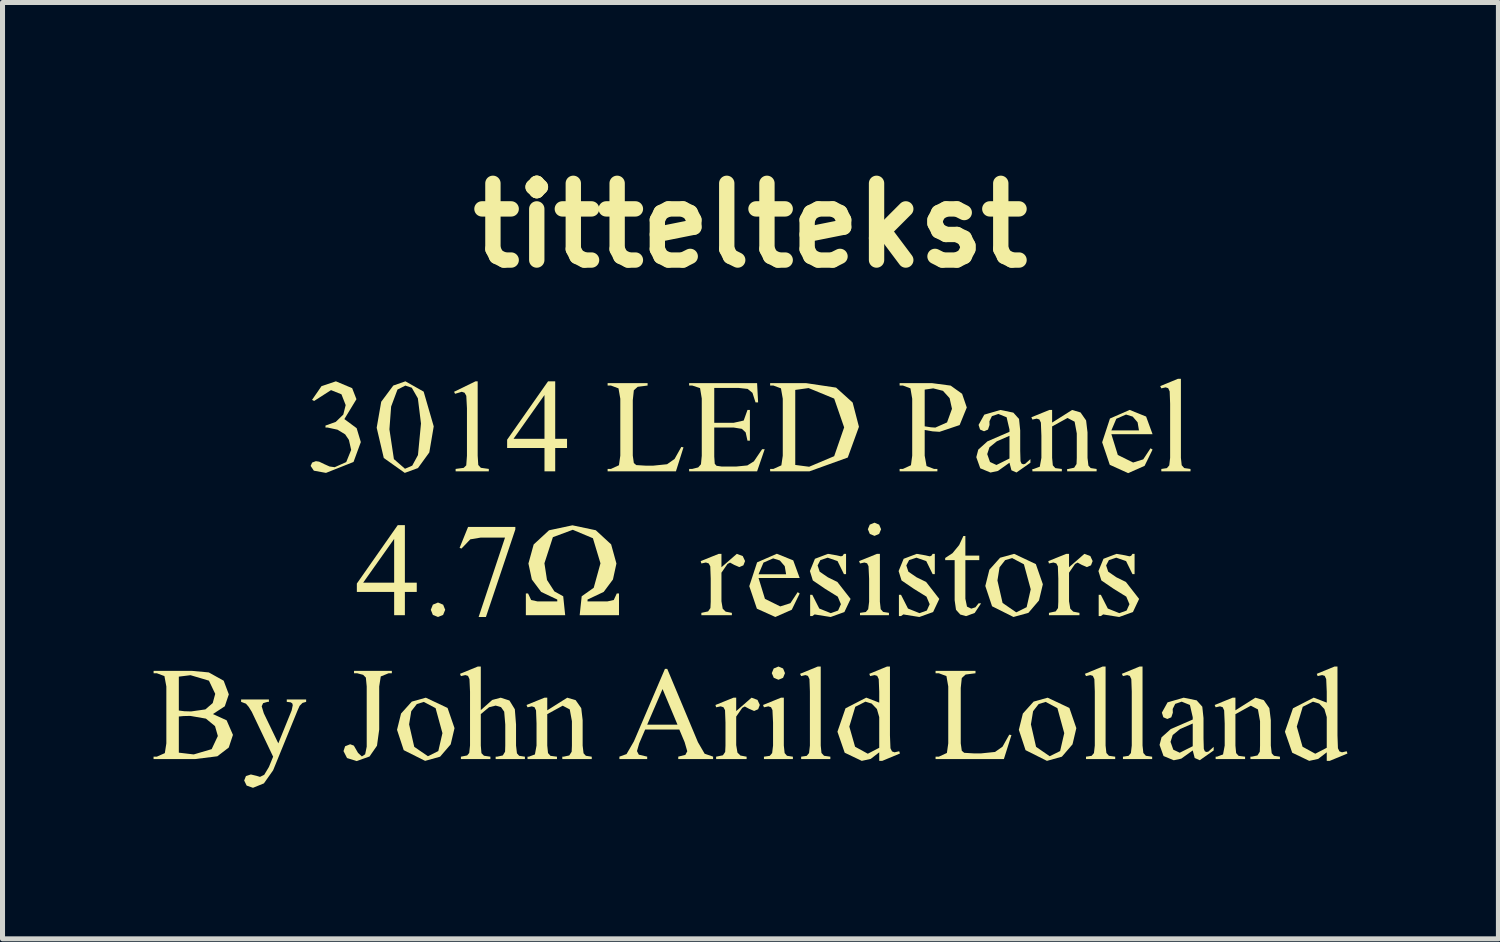
<source format=kicad_pcb>
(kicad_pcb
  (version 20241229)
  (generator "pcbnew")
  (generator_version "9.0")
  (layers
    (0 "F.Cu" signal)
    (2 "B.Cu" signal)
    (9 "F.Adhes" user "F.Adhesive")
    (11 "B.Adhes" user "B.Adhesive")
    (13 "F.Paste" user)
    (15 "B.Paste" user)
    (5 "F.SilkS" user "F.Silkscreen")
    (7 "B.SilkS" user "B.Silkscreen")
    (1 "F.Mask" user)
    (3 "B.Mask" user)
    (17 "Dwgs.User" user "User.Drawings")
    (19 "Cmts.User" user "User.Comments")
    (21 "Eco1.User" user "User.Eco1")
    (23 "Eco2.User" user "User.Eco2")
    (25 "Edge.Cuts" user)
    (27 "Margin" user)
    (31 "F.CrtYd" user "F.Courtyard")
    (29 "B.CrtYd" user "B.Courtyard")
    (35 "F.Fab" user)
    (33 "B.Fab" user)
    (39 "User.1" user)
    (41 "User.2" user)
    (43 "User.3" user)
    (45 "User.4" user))
  (footprint "titteltekst"
    (layer "F.Cu")
    (at 11.857 8.536)
    (property "Reference" "titteltekst" (at 0 -7.11 0) (layer "F.SilkS") (effects (font (size 1.524 1.524) (thickness 0.305))))
    (attr smd)
    (fp_poly (pts (xy -6.207 0.382) (xy -6.105 0.425) (xy -6.064 0.526) (xy -6.106 0.628) (xy -6.207 0.669) (xy -6.309 0.628) (xy -6.35 0.526) (xy -6.309 0.424) (xy -6.207 0.382)) (stroke (width 0) (type solid)) (fill yes) (layer "F.SilkS"))
    (fp_poly (pts (xy -5.61 -1.119) (xy -4.671 -1.119) (xy -4.671 -1.07) (xy -5.255 0.669) (xy -5.4 0.669) (xy -4.876 -0.908) (xy -5.358 -0.908) (xy -5.566 -0.873) (xy -5.741 -0.69) (xy -5.778 -0.704) (xy -5.61 -1.119)) (stroke (width 0) (type solid)) (fill yes) (layer "F.SilkS"))
    (fp_poly (pts (xy -6.629 -0.013) (xy -6.629 0.171) (xy -7.078 -0.013) (xy -7.078 -0.882) (xy -7.693 -0.013) (xy -7.078 -0.013) (xy -6.629 0.171) (xy -6.865 0.171) (xy -6.865 0.633) (xy -7.078 0.633) (xy -7.078 0.171) (xy -7.819 0.171) (xy -7.819 0.005) (xy -7.007 -1.155) (xy -6.865 -1.155) (xy -6.865 -0.013) (xy -6.629 -0.013)) (stroke (width 0) (type solid)) (fill yes) (layer "F.SilkS"))
    (fp_poly (pts (xy -3.644 -2.87) (xy -3.644 -2.687) (xy -4.092 -2.87) (xy -4.092 -3.74) (xy -4.707 -2.87) (xy -4.092 -2.87) (xy -3.644 -2.687) (xy -3.879 -2.687) (xy -3.879 -2.224) (xy -4.092 -2.224) (xy -4.092 -2.687) (xy -4.834 -2.687) (xy -4.834 -2.852) (xy -4.021 -4.012) (xy -3.879 -4.012) (xy -3.879 -2.87) (xy -3.644 -2.87)) (stroke (width 0) (type solid)) (fill yes) (layer "F.SilkS"))
    (fp_poly (pts (xy -5.888 -3.804) (xy -5.462 -4.012) (xy -5.419 -4.012) (xy -5.419 -2.533) (xy -5.407 -2.35) (xy -5.356 -2.294) (xy -5.198 -2.272) (xy -5.198 -2.224) (xy -5.857 -2.224) (xy -5.857 -2.272) (xy -5.697 -2.293) (xy -5.646 -2.343) (xy -5.632 -2.533) (xy -5.632 -3.479) (xy -5.645 -3.724) (xy -5.679 -3.785) (xy -5.735 -3.804) (xy -5.868 -3.764) (xy -5.888 -3.804) (xy -5.888 -3.804)) (stroke (width 0) (type solid)) (fill yes) (layer "F.SilkS"))
    (fp_poly (pts (xy 1.395 1.653) (xy 1.395 3.223) (xy 1.41 3.37) (xy 1.461 3.426) (xy 1.586 3.444) (xy 1.586 3.491) (xy 1.006 3.491) (xy 1.006 3.444) (xy 1.117 3.427) (xy 1.163 3.372) (xy 1.18 3.223) (xy 1.18 2.148) (xy 1.171 1.903) (xy 1.141 1.839) (xy 1.091 1.823) (xy 1.006 1.843) (xy 0.984 1.798) (xy 1.337 1.653) (xy 1.395 1.653) (xy 1.395 1.653)) (stroke (width 0) (type solid)) (fill yes) (layer "F.SilkS"))
    (fp_poly (pts (xy 7.053 1.653) (xy 7.053 3.223) (xy 7.069 3.37) (xy 7.119 3.426) (xy 7.244 3.444) (xy 7.244 3.491) (xy 6.664 3.491) (xy 6.664 3.444) (xy 6.775 3.427) (xy 6.822 3.372) (xy 6.839 3.223) (xy 6.839 2.148) (xy 6.83 1.903) (xy 6.8 1.839) (xy 6.75 1.823) (xy 6.664 1.843) (xy 6.642 1.798) (xy 6.995 1.653) (xy 7.053 1.653) (xy 7.053 1.653)) (stroke (width 0) (type solid)) (fill yes) (layer "F.SilkS"))
    (fp_poly (pts (xy 7.787 1.653) (xy 7.787 3.223) (xy 7.803 3.37) (xy 7.853 3.426) (xy 7.978 3.444) (xy 7.978 3.491) (xy 7.398 3.491) (xy 7.398 3.444) (xy 7.509 3.427) (xy 7.556 3.372) (xy 7.573 3.223) (xy 7.573 2.148) (xy 7.564 1.903) (xy 7.534 1.839) (xy 7.483 1.823) (xy 7.398 1.843) (xy 7.376 1.798) (xy 7.729 1.653) (xy 7.787 1.653) (xy 7.787 1.653)) (stroke (width 0) (type solid)) (fill yes) (layer "F.SilkS"))
    (fp_poly (pts (xy 8.549 -4.062) (xy 8.549 -2.492) (xy 8.565 -2.345) (xy 8.615 -2.289) (xy 8.74 -2.271) (xy 8.74 -2.224) (xy 8.16 -2.224) (xy 8.16 -2.271) (xy 8.271 -2.288) (xy 8.318 -2.343) (xy 8.335 -2.492) (xy 8.335 -3.567) (xy 8.326 -3.812) (xy 8.296 -3.876) (xy 8.246 -3.892) (xy 8.16 -3.872) (xy 8.138 -3.917) (xy 8.491 -4.062) (xy 8.549 -4.062) (xy 8.549 -4.062)) (stroke (width 0) (type solid)) (fill yes) (layer "F.SilkS"))
    (fp_poly (pts (xy -6.449 2.272) (xy -6.489 2.356) (xy -6.627 2.398) (xy -6.738 2.54) (xy -6.781 2.802) (xy -6.679 3.248) (xy -6.407 3.435) (xy -6.201 3.332) (xy -6.119 2.976) (xy -6.255 2.48) (xy -6.489 2.356) (xy -6.449 2.272) (xy -6.017 2.476) (xy -5.879 2.877) (xy -5.955 3.199) (xy -6.166 3.444) (xy -6.463 3.527) (xy -6.888 3.314) (xy -7.021 2.91) (xy -6.941 2.587) (xy -6.728 2.35) (xy -6.449 2.272) (xy -6.449 2.272)) (stroke (width 0) (type solid)) (fill yes) (layer "F.SilkS"))
    (fp_poly (pts (xy -7.425 -3.09) (xy -7.172 -3.058) (xy -7.083 -2.467) (xy -6.863 -2.275) (xy -6.719 -2.337) (xy -6.605 -2.547) (xy -6.545 -3.174) (xy -6.607 -3.674) (xy -6.728 -3.885) (xy -6.856 -3.927) (xy -7.012 -3.848) (xy -7.138 -3.511) (xy -7.172 -3.058) (xy -7.425 -3.09) (xy -7.335 -3.606) (xy -7.095 -3.928) (xy -6.854 -4.012) (xy -6.492 -3.807) (xy -6.292 -3.117) (xy -6.38 -2.599) (xy -6.605 -2.289) (xy -6.867 -2.193) (xy -7.284 -2.489) (xy -7.425 -3.09)) (stroke (width 0) (type solid)) (fill yes) (layer "F.SilkS"))
    (fp_poly (pts (xy 4.268 -0.939) (xy 4.268 -0.55) (xy 4.544 -0.55) (xy 4.544 -0.46) (xy 4.268 -0.46) (xy 4.268 0.307) (xy 4.3 0.463) (xy 4.385 0.503) (xy 4.468 0.477) (xy 4.53 0.398) (xy 4.58 0.398) (xy 4.453 0.589) (xy 4.282 0.652) (xy 4.166 0.62) (xy 4.082 0.526) (xy 4.055 0.336) (xy 4.055 -0.46) (xy 3.867 -0.46) (xy 3.867 -0.503) (xy 4.012 -0.598) (xy 4.145 -0.76) (xy 4.228 -0.939) (xy 4.268 -0.939) (xy 4.268 -0.939)) (stroke (width 0) (type solid)) (fill yes) (layer "F.SilkS"))
    (fp_poly (pts (xy 5.237 -0.585) (xy 5.197 -0.501) (xy 5.058 -0.46) (xy 4.947 -0.318) (xy 4.905 -0.056) (xy 5.007 0.39) (xy 5.278 0.577) (xy 5.485 0.474) (xy 5.566 0.119) (xy 5.431 -0.377) (xy 5.197 -0.501) (xy 5.197 -0.501) (xy 5.237 -0.585) (xy 5.668 -0.381) (xy 5.807 0.019) (xy 5.73 0.341) (xy 5.52 0.587) (xy 5.223 0.669) (xy 4.798 0.456) (xy 4.664 0.053) (xy 4.745 -0.27) (xy 4.958 -0.508) (xy 5.237 -0.585) (xy 5.237 -0.585)) (stroke (width 0) (type solid)) (fill yes) (layer "F.SilkS"))
    (fp_poly (pts (xy 5.902 2.272) (xy 6.334 2.476) (xy 6.232 2.976) (xy 6.096 2.48) (xy 5.862 2.356) (xy 5.862 2.356) (xy 5.724 2.398) (xy 5.613 2.54) (xy 5.57 2.802) (xy 5.672 3.248) (xy 5.943 3.435) (xy 6.15 3.332) (xy 6.232 2.976) (xy 6.334 2.476) (xy 6.472 2.877) (xy 6.396 3.199) (xy 6.185 3.444) (xy 5.888 3.527) (xy 5.463 3.314) (xy 5.33 2.91) (xy 5.41 2.587) (xy 5.623 2.35) (xy 5.902 2.272) (xy 5.902 2.272)) (stroke (width 0) (type solid)) (fill yes) (layer "F.SilkS"))
    (fp_poly (pts (xy -7.875 1.787) (xy -7.875 1.739) (xy -7.124 1.739) (xy -7.124 1.787) (xy -7.188 1.787) (xy -7.344 1.85) (xy -7.375 2.049) (xy -7.375 2.905) (xy -7.419 3.226) (xy -7.567 3.44) (xy -7.823 3.531) (xy -8.014 3.471) (xy -8.084 3.333) (xy -8.052 3.237) (xy -7.952 3.197) (xy -7.879 3.224) (xy -7.795 3.369) (xy -7.719 3.439) (xy -7.654 3.396) (xy -7.623 3.245) (xy -7.623 2.049) (xy -7.64 1.873) (xy -7.694 1.818) (xy -7.812 1.787) (xy -7.875 1.787)) (stroke (width 0) (type solid)) (fill yes) (layer "F.SilkS"))
    (fp_poly (pts (xy 0.16 -0.105) (xy 0.287 0.309) (xy 0.591 0.459) (xy 0.793 0.395) (xy 0.937 0.176) (xy 0.977 0.202) (xy 0.82 0.525) (xy 0.493 0.669) (xy 0.127 0.504) (xy 0.16 -0.18) (xy 0.707 -0.18) (xy 0.68 -0.34) (xy 0.583 -0.453) (xy 0.45 -0.495) (xy 0.258 -0.411) (xy 0.16 -0.18) (xy 0.16 -0.18) (xy 0.127 0.504) (xy -0.024 0.057) (xy 0.131 -0.416) (xy 0.523 -0.587) (xy 0.849 -0.455) (xy 0.977 -0.105) (xy 0.16 -0.105) (xy 0.16 -0.105)) (stroke (width 0) (type solid)) (fill yes) (layer "F.SilkS"))
    (fp_poly (pts (xy 7.168 -2.962) (xy 7.168 -3.037) (xy 7.716 -3.037) (xy 7.689 -3.197) (xy 7.592 -3.311) (xy 7.459 -3.352) (xy 7.266 -3.268) (xy 7.168 -3.037) (xy 7.168 -3.037) (xy 7.168 -2.962) (xy 7.296 -2.549) (xy 7.6 -2.399) (xy 7.801 -2.462) (xy 7.946 -2.682) (xy 7.986 -2.656) (xy 7.828 -2.333) (xy 7.501 -2.188) (xy 7.136 -2.354) (xy 6.985 -2.801) (xy 7.14 -3.273) (xy 7.531 -3.444) (xy 7.858 -3.312) (xy 7.986 -2.962) (xy 7.168 -2.962) (xy 7.168 -2.962)) (stroke (width 0) (type solid)) (fill yes) (layer "F.SilkS"))
    (fp_poly (pts (xy -1.374 -2.709) (xy -1.331 -2.7) (xy -1.481 -2.224) (xy -2.838 -2.224) (xy -2.838 -2.272) (xy -2.772 -2.272) (xy -2.613 -2.345) (xy -2.586 -2.536) (xy -2.586 -3.666) (xy -2.622 -3.872) (xy -2.772 -3.928) (xy -2.838 -3.928) (xy -2.838 -3.976) (xy -2.044 -3.976) (xy -2.044 -3.928) (xy -2.241 -3.903) (xy -2.317 -3.834) (xy -2.338 -3.637) (xy -2.338 -2.536) (xy -2.317 -2.389) (xy -2.269 -2.348) (xy -2.068 -2.336) (xy -1.94 -2.336) (xy -1.657 -2.365) (xy -1.508 -2.47) (xy -1.374 -2.709) (xy -1.374 -2.709)) (stroke (width 0) (type solid)) (fill yes) (layer "F.SilkS"))
    (fp_poly (pts (xy 0.39 -2.224) (xy 0.39 -2.272) (xy 0.455 -2.272) (xy 0.889 -2.351) (xy 1.165 -2.315) (xy 1.662 -2.525) (xy 1.86 -3.097) (xy 1.662 -3.669) (xy 1.154 -3.878) (xy 0.889 -3.841) (xy 0.889 -2.351) (xy 0.455 -2.272) (xy 0.613 -2.343) (xy 0.641 -2.535) (xy 0.641 -3.666) (xy 0.605 -3.872) (xy 0.455 -3.928) (xy 0.39 -3.928) (xy 0.39 -3.976) (xy 1.103 -3.976) (xy 1.7 -3.887) (xy 2.029 -3.59) (xy 2.154 -3.109) (xy 1.932 -2.498) (xy 1.172 -2.224) (xy 0.39 -2.224) (xy 0.39 -2.224)) (stroke (width 0) (type solid)) (fill yes) (layer "F.SilkS"))
    (fp_poly (pts (xy 5.14 3.006) (xy 5.183 3.015) (xy 5.033 3.491) (xy 3.676 3.491) (xy 3.676 3.443) (xy 3.742 3.443) (xy 3.901 3.37) (xy 3.928 3.179) (xy 3.928 2.049) (xy 3.892 1.843) (xy 3.742 1.787) (xy 3.676 1.787) (xy 3.676 1.739) (xy 4.469 1.739) (xy 4.469 1.787) (xy 4.273 1.812) (xy 4.197 1.881) (xy 4.176 2.078) (xy 4.176 3.179) (xy 4.197 3.326) (xy 4.245 3.367) (xy 4.446 3.379) (xy 4.574 3.379) (xy 4.857 3.35) (xy 5.006 3.245) (xy 5.14 3.006) (xy 5.14 3.006)) (stroke (width 0) (type solid)) (fill yes) (layer "F.SilkS"))
    (fp_poly (pts (xy -1.414 2.904) (xy -1.45 2.808) (xy -1.747 2.1) (xy -2.052 2.808) (xy -1.45 2.808) (xy -1.414 2.904) (xy -2.092 2.904) (xy -2.211 3.18) (xy -2.255 3.333) (xy -2.218 3.404) (xy -2.052 3.443) (xy -2.052 3.491) (xy -2.604 3.491) (xy -2.604 3.443) (xy -2.462 3.392) (xy -2.316 3.14) (xy -1.699 1.699) (xy -1.654 1.699) (xy -1.044 3.156) (xy -0.911 3.385) (xy -0.743 3.443) (xy -0.743 3.491) (xy -1.435 3.491) (xy -1.435 3.443) (xy -1.294 3.408) (xy -1.256 3.336) (xy -1.308 3.156) (xy -1.414 2.904)) (stroke (width 0) (type solid)) (fill yes) (layer "F.SilkS"))
    (fp_poly (pts (xy -0.577 -0.585) (xy -0.577 -0.319) (xy -0.272 -0.585) (xy -0.154 -0.541) (xy -0.108 -0.442) (xy -0.141 -0.357) (xy -0.222 -0.322) (xy -0.324 -0.366) (xy -0.406 -0.411) (xy -0.457 -0.385) (xy -0.577 -0.211) (xy -0.577 0.357) (xy -0.552 0.505) (xy -0.493 0.563) (xy -0.37 0.587) (xy -0.37 0.633) (xy -0.976 0.633) (xy -0.976 0.587) (xy -0.842 0.558) (xy -0.796 0.492) (xy -0.79 0.367) (xy -0.79 -0.092) (xy -0.799 -0.337) (xy -0.83 -0.395) (xy -0.886 -0.413) (xy -0.976 -0.394) (xy -0.989 -0.441) (xy -0.631 -0.585) (xy -0.577 -0.585) (xy -0.577 -0.585)) (stroke (width 0) (type solid)) (fill yes) (layer "F.SilkS"))
    (fp_poly (pts (xy -0.284 2.272) (xy -0.284 2.538) (xy 0.021 2.272) (xy 0.139 2.316) (xy 0.185 2.416) (xy 0.152 2.501) (xy 0.072 2.536) (xy -0.03 2.492) (xy -0.113 2.447) (xy -0.163 2.473) (xy -0.284 2.647) (xy -0.284 3.214) (xy -0.259 3.363) (xy -0.2 3.421) (xy -0.077 3.444) (xy -0.077 3.491) (xy -0.683 3.491) (xy -0.683 3.444) (xy -0.548 3.416) (xy -0.503 3.35) (xy -0.497 3.224) (xy -0.497 2.766) (xy -0.506 2.52) (xy -0.537 2.462) (xy -0.592 2.444) (xy -0.683 2.463) (xy -0.696 2.417) (xy -0.338 2.272) (xy -0.284 2.272) (xy -0.284 2.272)) (stroke (width 0) (type solid)) (fill yes) (layer "F.SilkS"))
    (fp_poly (pts (xy 6.327 -0.585) (xy 6.327 -0.319) (xy 6.632 -0.585) (xy 6.75 -0.541) (xy 6.796 -0.442) (xy 6.763 -0.357) (xy 6.682 -0.322) (xy 6.58 -0.366) (xy 6.498 -0.411) (xy 6.447 -0.385) (xy 6.327 -0.211) (xy 6.327 0.357) (xy 6.352 0.505) (xy 6.411 0.563) (xy 6.534 0.587) (xy 6.534 0.633) (xy 5.928 0.633) (xy 5.928 0.587) (xy 6.062 0.558) (xy 6.108 0.492) (xy 6.114 0.367) (xy 6.114 -0.092) (xy 6.105 -0.337) (xy 6.074 -0.395) (xy 6.018 -0.413) (xy 5.928 -0.394) (xy 5.915 -0.441) (xy 6.273 -0.585) (xy 6.327 -0.585) (xy 6.327 -0.585)) (stroke (width 0) (type solid)) (fill yes) (layer "F.SilkS"))
    (fp_poly (pts (xy 0.555 1.653) (xy 0.647 1.692) (xy 0.685 1.784) (xy 0.662 3.223) (xy 0.678 3.372) (xy 0.725 3.426) (xy 0.842 3.444) (xy 0.842 3.491) (xy 0.267 3.491) (xy 0.267 3.444) (xy 0.383 3.427) (xy 0.43 3.372) (xy 0.448 3.223) (xy 0.448 2.767) (xy 0.436 2.518) (xy 0.408 2.461) (xy 0.355 2.444) (xy 0.267 2.463) (xy 0.249 2.417) (xy 0.605 2.272) (xy 0.662 2.272) (xy 0.662 2.272) (xy 0.662 3.223) (xy 0.685 1.784) (xy 0.647 1.877) (xy 0.555 1.916) (xy 0.462 1.877) (xy 0.423 1.784) (xy 0.461 1.692) (xy 0.555 1.653) (xy 0.555 1.653)) (stroke (width 0) (type solid)) (fill yes) (layer "F.SilkS"))
    (fp_poly (pts (xy 2.463 -1.204) (xy 2.555 -1.165) (xy 2.594 -1.074) (xy 2.57 0.366) (xy 2.586 0.514) (xy 2.634 0.568) (xy 2.75 0.587) (xy 2.75 0.633) (xy 2.175 0.633) (xy 2.175 0.587) (xy 2.291 0.57) (xy 2.338 0.514) (xy 2.356 0.366) (xy 2.356 -0.09) (xy 2.344 -0.34) (xy 2.316 -0.397) (xy 2.263 -0.413) (xy 2.175 -0.394) (xy 2.157 -0.441) (xy 2.513 -0.585) (xy 2.57 -0.585) (xy 2.57 -0.585) (xy 2.57 0.366) (xy 2.594 -1.074) (xy 2.555 -0.981) (xy 2.463 -0.942) (xy 2.37 -0.981) (xy 2.331 -1.074) (xy 2.369 -1.165) (xy 2.463 -1.204) (xy 2.463 -1.204)) (stroke (width 0) (type solid)) (fill yes) (layer "F.SilkS"))
    (fp_poly (pts (xy -8.709 -3.643) (xy -8.521 -3.916) (xy -8.235 -4.012) (xy -7.912 -3.876) (xy -7.827 -3.657) (xy -8.067 -3.262) (xy -7.823 -3.081) (xy -7.74 -2.805) (xy -7.885 -2.41) (xy -8.432 -2.193) (xy -8.673 -2.237) (xy -8.737 -2.332) (xy -8.707 -2.398) (xy -8.633 -2.426) (xy -8.567 -2.416) (xy -8.468 -2.368) (xy -8.361 -2.32) (xy -8.259 -2.306) (xy -8.03 -2.408) (xy -7.932 -2.65) (xy -7.977 -2.848) (xy -8.051 -2.958) (xy -8.203 -3.051) (xy -8.401 -3.094) (xy -8.442 -3.094) (xy -8.442 -3.133) (xy -8.238 -3.206) (xy -8.088 -3.352) (xy -8.041 -3.54) (xy -8.125 -3.754) (xy -8.332 -3.837) (xy -8.667 -3.622) (xy -8.709 -3.643)) (stroke (width 0) (type solid)) (fill yes) (layer "F.SilkS"))
    (fp_poly (pts (xy 1.898 -0.585) (xy 1.898 -0.182) (xy 1.856 -0.182) (xy 1.729 -0.441) (xy 1.534 -0.509) (xy 1.388 -0.461) (xy 1.333 -0.355) (xy 1.374 -0.231) (xy 1.537 -0.119) (xy 1.725 -0.027) (xy 1.988 0.31) (xy 1.865 0.571) (xy 1.592 0.669) (xy 1.344 0.63) (xy 1.274 0.618) (xy 1.228 0.651) (xy 1.185 0.651) (xy 1.185 0.229) (xy 1.228 0.229) (xy 1.366 0.501) (xy 1.595 0.593) (xy 1.74 0.541) (xy 1.796 0.415) (xy 1.733 0.265) (xy 1.484 0.111) (xy 1.238 -0.057) (xy 1.18 -0.243) (xy 1.28 -0.487) (xy 1.539 -0.585) (xy 1.709 -0.556) (xy 1.796 -0.536) (xy 1.829 -0.545) (xy 1.856 -0.585) (xy 1.898 -0.585) (xy 1.898 -0.585)) (stroke (width 0) (type solid)) (fill yes) (layer "F.SilkS"))
    (fp_poly (pts (xy 3.661 -0.585) (xy 3.661 -0.182) (xy 3.618 -0.182) (xy 3.491 -0.441) (xy 3.296 -0.509) (xy 3.15 -0.461) (xy 3.095 -0.355) (xy 3.136 -0.231) (xy 3.299 -0.119) (xy 3.488 -0.027) (xy 3.75 0.31) (xy 3.627 0.571) (xy 3.354 0.669) (xy 3.106 0.63) (xy 3.037 0.618) (xy 2.99 0.651) (xy 2.948 0.651) (xy 2.948 0.229) (xy 2.99 0.229) (xy 3.128 0.501) (xy 3.357 0.593) (xy 3.502 0.541) (xy 3.559 0.415) (xy 3.495 0.265) (xy 3.246 0.111) (xy 3 -0.057) (xy 2.942 -0.243) (xy 3.042 -0.487) (xy 3.302 -0.585) (xy 3.471 -0.556) (xy 3.559 -0.536) (xy 3.591 -0.545) (xy 3.618 -0.585) (xy 3.661 -0.585) (xy 3.661 -0.585)) (stroke (width 0) (type solid)) (fill yes) (layer "F.SilkS"))
    (fp_poly (pts (xy 7.629 -0.585) (xy 7.629 -0.182) (xy 7.587 -0.182) (xy 7.46 -0.441) (xy 7.265 -0.509) (xy 7.119 -0.461) (xy 7.064 -0.355) (xy 7.105 -0.231) (xy 7.268 -0.119) (xy 7.456 -0.027) (xy 7.719 0.31) (xy 7.596 0.571) (xy 7.323 0.669) (xy 7.075 0.63) (xy 7.005 0.618) (xy 6.959 0.651) (xy 6.916 0.651) (xy 6.916 0.229) (xy 6.959 0.229) (xy 7.097 0.501) (xy 7.326 0.593) (xy 7.47 0.541) (xy 7.527 0.415) (xy 7.464 0.265) (xy 7.215 0.111) (xy 6.969 -0.057) (xy 6.911 -0.243) (xy 7.011 -0.487) (xy 7.27 -0.585) (xy 7.439 -0.556) (xy 7.527 -0.536) (xy 7.56 -0.545) (xy 7.587 -0.585) (xy 7.629 -0.585) (xy 7.629 -0.585)) (stroke (width 0) (type solid)) (fill yes) (layer "F.SilkS"))
    (fp_poly (pts (xy -10.118 2.307) (xy -9.566 2.307) (xy -9.566 2.355) (xy -9.593 2.355) (xy -9.681 2.381) (xy -9.709 2.443) (xy -9.667 2.582) (xy -9.379 3.179) (xy -9.114 2.525) (xy -9.092 2.421) (xy -9.101 2.386) (xy -9.133 2.364) (xy -9.211 2.355) (xy -9.211 2.307) (xy -8.826 2.307) (xy -8.826 2.355) (xy -8.899 2.376) (xy -8.956 2.434) (xy -9 2.533) (xy -9.482 3.714) (xy -9.665 3.974) (xy -9.882 4.062) (xy -10.008 4.018) (xy -10.057 3.917) (xy -10.022 3.829) (xy -9.924 3.797) (xy -9.808 3.825) (xy -9.743 3.845) (xy -9.659 3.804) (xy -9.566 3.649) (xy -9.482 3.444) (xy -9.907 2.551) (xy -9.969 2.452) (xy -10.022 2.391) (xy -10.118 2.355) (xy -10.118 2.307) (xy -10.118 2.307)) (stroke (width 0) (type solid)) (fill yes) (layer "F.SilkS"))
    (fp_poly (pts (xy 3.46 -3.045) (xy 3.46 -3.118) (xy 3.582 -3.099) (xy 3.672 -3.093) (xy 3.904 -3.196) (xy 4.002 -3.466) (xy 3.955 -3.677) (xy 3.823 -3.823) (xy 3.63 -3.872) (xy 3.46 -3.847) (xy 3.46 -3.118) (xy 3.46 -3.118) (xy 3.46 -3.045) (xy 3.46 -2.535) (xy 3.497 -2.329) (xy 3.645 -2.272) (xy 3.712 -2.272) (xy 3.712 -2.224) (xy 2.962 -2.224) (xy 2.962 -2.272) (xy 3.028 -2.272) (xy 3.187 -2.345) (xy 3.212 -2.535) (xy 3.212 -3.666) (xy 3.177 -3.872) (xy 3.028 -3.928) (xy 2.962 -3.928) (xy 2.962 -3.976) (xy 3.604 -3.976) (xy 3.975 -3.927) (xy 4.203 -3.764) (xy 4.296 -3.492) (xy 4.154 -3.143) (xy 3.755 -3.009) (xy 3.618 -3.018) (xy 3.46 -3.045) (xy 3.46 -3.045)) (stroke (width 0) (type solid)) (fill yes) (layer "F.SilkS"))
    (fp_poly (pts (xy 2.557 3.357) (xy 2.557 2.657) (xy 2.511 2.497) (xy 2.407 2.389) (xy 2.283 2.351) (xy 2.081 2.453) (xy 1.963 2.846) (xy 2.077 3.246) (xy 2.33 3.385) (xy 2.557 3.267) (xy 2.557 3.267) (xy 2.557 2.657) (xy 2.557 3.357) (xy 2.388 3.488) (xy 2.21 3.527) (xy 1.871 3.365) (xy 1.727 2.948) (xy 1.887 2.483) (xy 2.299 2.271) (xy 2.557 2.37) (xy 2.557 2.152) (xy 2.547 1.903) (xy 2.517 1.839) (xy 2.466 1.823) (xy 2.376 1.843) (xy 2.36 1.798) (xy 2.712 1.653) (xy 2.77 1.653) (xy 2.77 3.022) (xy 2.78 3.276) (xy 2.811 3.339) (xy 2.861 3.357) (xy 2.954 3.336) (xy 2.968 3.381) (xy 2.617 3.527) (xy 2.557 3.527) (xy 2.557 3.357) (xy 2.557 3.357)) (stroke (width 0) (type solid)) (fill yes) (layer "F.SilkS"))
    (fp_poly (pts (xy 11.446 3.357) (xy 11.446 2.657) (xy 11.399 2.497) (xy 11.296 2.389) (xy 11.172 2.351) (xy 10.969 2.453) (xy 10.851 2.846) (xy 10.965 3.246) (xy 11.218 3.385) (xy 11.446 3.267) (xy 11.446 3.267) (xy 11.446 2.657) (xy 11.446 3.357) (xy 11.276 3.488) (xy 11.098 3.527) (xy 10.76 3.365) (xy 10.615 2.948) (xy 10.775 2.483) (xy 11.187 2.271) (xy 11.446 2.37) (xy 11.446 2.152) (xy 11.435 1.903) (xy 11.406 1.839) (xy 11.354 1.823) (xy 11.265 1.843) (xy 11.248 1.798) (xy 11.601 1.653) (xy 11.659 1.653) (xy 11.659 3.022) (xy 11.668 3.276) (xy 11.699 3.339) (xy 11.749 3.357) (xy 11.842 3.336) (xy 11.857 3.381) (xy 11.505 3.527) (xy 11.446 3.527) (xy 11.446 3.357) (xy 11.446 3.357)) (stroke (width 0) (type solid)) (fill yes) (layer "F.SilkS"))
    (fp_poly (pts (xy -3.72 0.258) (xy -3.681 0.633) (xy -4.462 0.633) (xy -4.462 0.202) (xy -4.418 0.202) (xy -4.357 0.332) (xy -4.229 0.36) (xy -3.838 0.36) (xy -3.838 0.323) (xy -4.158 0.171) (xy -4.343 -0.076) (xy -4.411 -0.393) (xy -4.307 -0.771) (xy -4.002 -1.053) (xy -3.537 -1.152) (xy -3.073 -1.054) (xy -2.768 -0.773) (xy -2.663 -0.393) (xy -2.732 -0.076) (xy -2.916 0.171) (xy -3.237 0.323) (xy -3.237 0.36) (xy -2.845 0.36) (xy -2.716 0.332) (xy -2.656 0.202) (xy -2.612 0.202) (xy -2.612 0.633) (xy -3.393 0.633) (xy -3.353 0.258) (xy -3.114 0.089) (xy -2.98 -0.397) (xy -3.13 -0.895) (xy -3.53 -1.063) (xy -3.925 -0.916) (xy -4.093 -0.398) (xy -4.042 -0.066) (xy -3.896 0.16) (xy -3.72 0.258) (xy -3.72 0.258)) (stroke (width 0) (type solid)) (fill yes) (layer "F.SilkS"))
    (fp_poly (pts (xy -4.037 2.523) (xy -3.64 2.272) (xy -3.473 2.321) (xy -3.362 2.48) (xy -3.334 2.718) (xy -3.334 3.223) (xy -3.316 3.376) (xy -3.27 3.426) (xy -3.153 3.444) (xy -3.153 3.491) (xy -3.738 3.491) (xy -3.738 3.444) (xy -3.714 3.444) (xy -3.599 3.419) (xy -3.552 3.345) (xy -3.547 3.223) (xy -3.547 2.739) (xy -3.59 2.505) (xy -3.73 2.431) (xy -4.037 2.599) (xy -4.037 3.223) (xy -4.022 3.372) (xy -3.973 3.427) (xy -3.844 3.444) (xy -3.844 3.491) (xy -4.429 3.491) (xy -4.429 3.444) (xy -4.403 3.444) (xy -4.282 3.399) (xy -4.25 3.223) (xy -4.25 2.784) (xy -4.26 2.524) (xy -4.29 2.461) (xy -4.343 2.444) (xy -4.429 2.463) (xy -4.449 2.417) (xy -4.092 2.272) (xy -4.037 2.272) (xy -4.037 2.523) (xy -4.037 2.523)) (stroke (width 0) (type solid)) (fill yes) (layer "F.SilkS"))
    (fp_poly (pts (xy 5.991 -3.192) (xy 6.388 -3.443) (xy 6.555 -3.394) (xy 6.666 -3.235) (xy 6.694 -2.997) (xy 6.694 -2.492) (xy 6.712 -2.339) (xy 6.757 -2.289) (xy 6.875 -2.271) (xy 6.875 -2.224) (xy 6.29 -2.224) (xy 6.29 -2.271) (xy 6.314 -2.271) (xy 6.429 -2.296) (xy 6.476 -2.37) (xy 6.481 -2.492) (xy 6.481 -2.976) (xy 6.438 -3.21) (xy 6.297 -3.284) (xy 5.991 -3.116) (xy 5.991 -2.492) (xy 6.005 -2.343) (xy 6.055 -2.288) (xy 6.184 -2.271) (xy 6.184 -2.224) (xy 5.599 -2.224) (xy 5.599 -2.271) (xy 5.624 -2.271) (xy 5.746 -2.316) (xy 5.778 -2.492) (xy 5.778 -2.931) (xy 5.768 -3.191) (xy 5.738 -3.254) (xy 5.685 -3.271) (xy 5.599 -3.252) (xy 5.579 -3.298) (xy 5.936 -3.443) (xy 5.991 -3.443) (xy 5.991 -3.192) (xy 5.991 -3.192)) (stroke (width 0) (type solid)) (fill yes) (layer "F.SilkS"))
    (fp_poly (pts (xy 9.632 2.523) (xy 10.028 2.272) (xy 10.195 2.321) (xy 10.306 2.48) (xy 10.335 2.718) (xy 10.335 3.223) (xy 10.353 3.376) (xy 10.398 3.426) (xy 10.516 3.444) (xy 10.516 3.491) (xy 9.93 3.491) (xy 9.93 3.444) (xy 9.955 3.444) (xy 10.07 3.419) (xy 10.116 3.345) (xy 10.121 3.223) (xy 10.121 2.739) (xy 10.079 2.505) (xy 9.938 2.431) (xy 9.632 2.599) (xy 9.632 3.223) (xy 9.646 3.372) (xy 9.695 3.427) (xy 9.824 3.444) (xy 9.824 3.491) (xy 9.239 3.491) (xy 9.239 3.444) (xy 9.265 3.444) (xy 9.386 3.399) (xy 9.419 3.223) (xy 9.419 2.784) (xy 9.408 2.524) (xy 9.379 2.461) (xy 9.326 2.444) (xy 9.239 2.463) (xy 9.22 2.417) (xy 9.576 2.272) (xy 9.632 2.272) (xy 9.632 2.523) (xy 9.632 2.523)) (stroke (width 0) (type solid)) (fill yes) (layer "F.SilkS"))
    (fp_poly (pts (xy -0.72 -3.881) (xy -0.72 -3.188) (xy -0.335 -3.188) (xy -0.135 -3.233) (xy -0.06 -3.443) (xy -0.012 -3.443) (xy -0.012 -2.833) (xy -0.06 -2.833) (xy -0.096 -2.997) (xy -0.172 -3.068) (xy -0.335 -3.094) (xy -0.72 -3.094) (xy -0.72 -2.516) (xy -0.71 -2.374) (xy -0.674 -2.334) (xy -0.576 -2.32) (xy -0.278 -2.32) (xy -0.063 -2.341) (xy 0.067 -2.422) (xy 0.231 -2.664) (xy 0.282 -2.664) (xy 0.131 -2.224) (xy -1.219 -2.224) (xy -1.219 -2.272) (xy -1.157 -2.272) (xy -1.039 -2.302) (xy -0.984 -2.364) (xy -0.968 -2.533) (xy -0.968 -3.671) (xy -1.002 -3.877) (xy -1.157 -3.928) (xy -1.219 -3.928) (xy -1.219 -3.976) (xy 0.131 -3.976) (xy 0.151 -3.593) (xy 0.1 -3.593) (xy 0.039 -3.783) (xy -0.057 -3.861) (xy -0.24 -3.881) (xy -0.72 -3.881) (xy -0.72 -3.881)) (stroke (width 0) (type solid)) (fill yes) (layer "F.SilkS"))
    (fp_poly (pts (xy -5.357 1.653) (xy -5.357 2.519) (xy -5.13 2.317) (xy -4.962 2.272) (xy -4.788 2.328) (xy -4.681 2.502) (xy -4.657 2.805) (xy -4.657 3.223) (xy -4.639 3.377) (xy -4.595 3.426) (xy -4.481 3.444) (xy -4.481 3.491) (xy -5.062 3.491) (xy -5.062 3.444) (xy -5.035 3.444) (xy -4.92 3.419) (xy -4.875 3.345) (xy -4.871 3.223) (xy -4.871 2.805) (xy -4.892 2.55) (xy -4.955 2.46) (xy -5.061 2.429) (xy -5.193 2.462) (xy -5.357 2.598) (xy -5.357 3.223) (xy -5.344 3.374) (xy -5.294 3.425) (xy -5.166 3.444) (xy -5.166 3.491) (xy -5.752 3.491) (xy -5.752 3.444) (xy -5.628 3.419) (xy -5.587 3.37) (xy -5.571 3.223) (xy -5.571 2.152) (xy -5.582 1.903) (xy -5.611 1.839) (xy -5.664 1.823) (xy -5.752 1.843) (xy -5.77 1.798) (xy -5.416 1.653) (xy -5.357 1.653) (xy -5.357 1.653)) (stroke (width 0) (type solid)) (fill yes) (layer "F.SilkS"))
    (fp_poly (pts (xy 5.144 -2.395) (xy 5.144 -2.479) (xy 5.144 -2.93) (xy 4.892 -2.82) (xy 4.746 -2.701) (xy 4.702 -2.566) (xy 4.757 -2.41) (xy 4.885 -2.35) (xy 5.144 -2.479) (xy 5.144 -2.479) (xy 5.144 -2.395) (xy 4.915 -2.232) (xy 4.767 -2.2) (xy 4.564 -2.284) (xy 4.485 -2.505) (xy 4.524 -2.655) (xy 4.707 -2.82) (xy 5.144 -3.009) (xy 5.144 -3.055) (xy 5.087 -3.298) (xy 4.924 -3.364) (xy 4.795 -3.32) (xy 4.746 -3.219) (xy 4.748 -3.144) (xy 4.717 -3.053) (xy 4.639 -3.02) (xy 4.56 -3.054) (xy 4.53 -3.146) (xy 4.644 -3.35) (xy 4.963 -3.443) (xy 5.221 -3.39) (xy 5.334 -3.264) (xy 5.357 -3.037) (xy 5.357 -2.635) (xy 5.363 -2.427) (xy 5.384 -2.377) (xy 5.419 -2.364) (xy 5.455 -2.373) (xy 5.56 -2.467) (xy 5.56 -2.395) (xy 5.283 -2.201) (xy 5.183 -2.245) (xy 5.144 -2.395) (xy 5.144 -2.395)) (stroke (width 0) (type solid)) (fill yes) (layer "F.SilkS"))
    (fp_poly (pts (xy 8.784 3.32) (xy 8.784 3.236) (xy 8.784 2.785) (xy 8.532 2.895) (xy 8.386 3.014) (xy 8.343 3.149) (xy 8.398 3.305) (xy 8.526 3.365) (xy 8.784 3.236) (xy 8.784 3.236) (xy 8.784 3.32) (xy 8.556 3.483) (xy 8.407 3.515) (xy 8.204 3.431) (xy 8.125 3.21) (xy 8.164 3.06) (xy 8.348 2.895) (xy 8.784 2.706) (xy 8.784 2.66) (xy 8.728 2.417) (xy 8.565 2.351) (xy 8.436 2.395) (xy 8.386 2.496) (xy 8.389 2.571) (xy 8.358 2.662) (xy 8.279 2.695) (xy 8.2 2.661) (xy 8.171 2.569) (xy 8.284 2.365) (xy 8.604 2.272) (xy 8.862 2.325) (xy 8.974 2.451) (xy 8.998 2.678) (xy 8.998 3.08) (xy 9.004 3.288) (xy 9.025 3.338) (xy 9.06 3.351) (xy 9.096 3.342) (xy 9.2 3.248) (xy 9.2 3.32) (xy 8.924 3.514) (xy 8.823 3.47) (xy 8.784 3.32) (xy 8.784 3.32)) (stroke (width 0) (type solid)) (fill yes) (layer "F.SilkS"))
    (fp_poly (pts (xy -10.678 2.597) (xy -11.247 2.541) (xy -11.111 2.545) (xy -10.828 2.505) (xy -10.682 2.379) (xy -10.632 2.196) (xy -10.757 1.934) (xy -11.123 1.825) (xy -11.355 1.854) (xy -11.355 2.527) (xy -11.355 2.527) (xy -11.247 2.541) (xy -10.678 2.597) (xy -10.58 3.033) (xy -10.636 2.837) (xy -10.817 2.688) (xy -11.127 2.634) (xy -11.264 2.637) (xy -11.355 2.646) (xy -11.355 3.364) (xy -11.355 3.364) (xy -11.059 3.399) (xy -10.703 3.294) (xy -10.58 3.033) (xy -10.678 2.597) (xy -10.406 2.721) (xy -10.28 3.011) (xy -10.363 3.262) (xy -10.59 3.436) (xy -11.03 3.491) (xy -11.857 3.491) (xy -11.857 3.443) (xy -11.791 3.443) (xy -11.633 3.373) (xy -11.603 3.18) (xy -11.603 2.049) (xy -11.641 1.843) (xy -11.791 1.787) (xy -11.856 1.787) (xy -11.856 1.739) (xy -11.099 1.739) (xy -10.76 1.77) (xy -10.464 1.935) (xy -10.362 2.206) (xy -10.442 2.443) (xy -10.678 2.597) (xy -10.678 2.597)) (stroke (width 0) (type solid)) (fill yes) (layer "F.SilkS")))
  (gr_rect
    (start -3 -3)
    (end 26.713 15.598)
    (stroke (width 0.1) (type default))
    (fill no)
    (layer "Edge.Cuts")))
</source>
